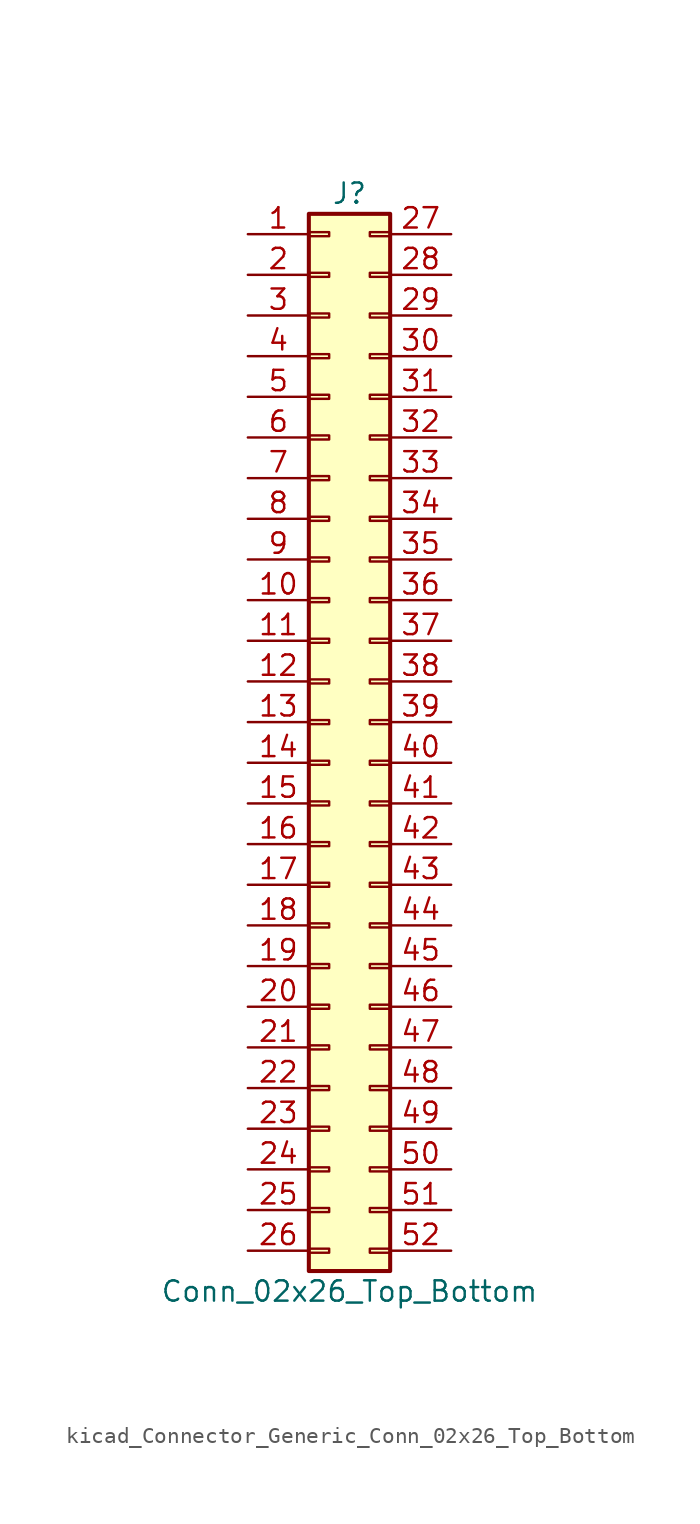
<source format=kicad_sym>
(kicad_symbol_lib
  (version 20220914)
  (generator kicad_symbol_editor)
  (symbol "kicad_Connector_Generic_Conn_02x26_Top_Bottom"
    (pin_names
      (offset 1.016) hide)
    (property "Reference" "J"
      (at 1.27 33.02 0)
      (effects (font (size 1.27 1.27))))
    (property "Value" "Conn_02x26_Top_Bottom"
      (at 1.27 -35.56 0)
      (effects (font (size 1.27 1.27))))
    (symbol "kicad_Connector_Generic_Conn_02x26_Top_Bottom_1_1"
      (rectangle (start -1.27 -32.893) (end 0 -33.147) (stroke (width 0.152) (type default)) (fill (type none)))
      (rectangle (start -1.27 -30.353) (end 0 -30.607) (stroke (width 0.152) (type default)) (fill (type none)))
      (rectangle (start -1.27 -27.813) (end 0 -28.067) (stroke (width 0.152) (type default)) (fill (type none)))
      (rectangle (start -1.27 -25.273) (end 0 -25.527) (stroke (width 0.152) (type default)) (fill (type none)))
      (rectangle (start -1.27 -22.733) (end 0 -22.987) (stroke (width 0.152) (type default)) (fill (type none)))
      (rectangle (start -1.27 -20.193) (end 0 -20.447) (stroke (width 0.152) (type default)) (fill (type none)))
      (rectangle (start -1.27 -17.653) (end 0 -17.907) (stroke (width 0.152) (type default)) (fill (type none)))
      (rectangle (start -1.27 -15.113) (end 0 -15.367) (stroke (width 0.152) (type default)) (fill (type none)))
      (rectangle (start -1.27 -12.573) (end 0 -12.827) (stroke (width 0.152) (type default)) (fill (type none)))
      (rectangle (start -1.27 -10.033) (end 0 -10.287) (stroke (width 0.152) (type default)) (fill (type none)))
      (rectangle (start -1.27 -7.493) (end 0 -7.747) (stroke (width 0.152) (type default)) (fill (type none)))
      (rectangle (start -1.27 -4.953) (end 0 -5.207) (stroke (width 0.152) (type default)) (fill (type none)))
      (rectangle (start -1.27 -2.413) (end 0 -2.667) (stroke (width 0.152) (type default)) (fill (type none)))
      (rectangle (start -1.27 0.127) (end 0 -0.127) (stroke (width 0.152) (type default)) (fill (type none)))
      (rectangle (start -1.27 2.667) (end 0 2.413) (stroke (width 0.152) (type default)) (fill (type none)))
      (rectangle (start -1.27 5.207) (end 0 4.953) (stroke (width 0.152) (type default)) (fill (type none)))
      (rectangle (start -1.27 7.747) (end 0 7.493) (stroke (width 0.152) (type default)) (fill (type none)))
      (rectangle (start -1.27 10.287) (end 0 10.033) (stroke (width 0.152) (type default)) (fill (type none)))
      (rectangle (start -1.27 12.827) (end 0 12.573) (stroke (width 0.152) (type default)) (fill (type none)))
      (rectangle (start -1.27 15.367) (end 0 15.113) (stroke (width 0.152) (type default)) (fill (type none)))
      (rectangle (start -1.27 17.907) (end 0 17.653) (stroke (width 0.152) (type default)) (fill (type none)))
      (rectangle (start -1.27 20.447) (end 0 20.193) (stroke (width 0.152) (type default)) (fill (type none)))
      (rectangle (start -1.27 22.987) (end 0 22.733) (stroke (width 0.152) (type default)) (fill (type none)))
      (rectangle (start -1.27 25.527) (end 0 25.273) (stroke (width 0.152) (type default)) (fill (type none)))
      (rectangle (start -1.27 28.067) (end 0 27.813) (stroke (width 0.152) (type default)) (fill (type none)))
      (rectangle (start -1.27 30.607) (end 0 30.353) (stroke (width 0.152) (type default)) (fill (type none)))
      (rectangle (start -1.27 31.75) (end 3.81 -34.29) (stroke (width 0.254) (type default)) (fill (type background)))
      (rectangle (start 3.81 -32.893) (end 2.54 -33.147) (stroke (width 0.152) (type default)) (fill (type none)))
      (rectangle (start 3.81 -30.353) (end 2.54 -30.607) (stroke (width 0.152) (type default)) (fill (type none)))
      (rectangle (start 3.81 -27.813) (end 2.54 -28.067) (stroke (width 0.152) (type default)) (fill (type none)))
      (rectangle (start 3.81 -25.273) (end 2.54 -25.527) (stroke (width 0.152) (type default)) (fill (type none)))
      (rectangle (start 3.81 -22.733) (end 2.54 -22.987) (stroke (width 0.152) (type default)) (fill (type none)))
      (rectangle (start 3.81 -20.193) (end 2.54 -20.447) (stroke (width 0.152) (type default)) (fill (type none)))
      (rectangle (start 3.81 -17.653) (end 2.54 -17.907) (stroke (width 0.152) (type default)) (fill (type none)))
      (rectangle (start 3.81 -15.113) (end 2.54 -15.367) (stroke (width 0.152) (type default)) (fill (type none)))
      (rectangle (start 3.81 -12.573) (end 2.54 -12.827) (stroke (width 0.152) (type default)) (fill (type none)))
      (rectangle (start 3.81 -10.033) (end 2.54 -10.287) (stroke (width 0.152) (type default)) (fill (type none)))
      (rectangle (start 3.81 -7.493) (end 2.54 -7.747) (stroke (width 0.152) (type default)) (fill (type none)))
      (rectangle (start 3.81 -4.953) (end 2.54 -5.207) (stroke (width 0.152) (type default)) (fill (type none)))
      (rectangle (start 3.81 -2.413) (end 2.54 -2.667) (stroke (width 0.152) (type default)) (fill (type none)))
      (rectangle (start 3.81 0.127) (end 2.54 -0.127) (stroke (width 0.152) (type default)) (fill (type none)))
      (rectangle (start 3.81 2.667) (end 2.54 2.413) (stroke (width 0.152) (type default)) (fill (type none)))
      (rectangle (start 3.81 5.207) (end 2.54 4.953) (stroke (width 0.152) (type default)) (fill (type none)))
      (rectangle (start 3.81 7.747) (end 2.54 7.493) (stroke (width 0.152) (type default)) (fill (type none)))
      (rectangle (start 3.81 10.287) (end 2.54 10.033) (stroke (width 0.152) (type default)) (fill (type none)))
      (rectangle (start 3.81 12.827) (end 2.54 12.573) (stroke (width 0.152) (type default)) (fill (type none)))
      (rectangle (start 3.81 15.367) (end 2.54 15.113) (stroke (width 0.152) (type default)) (fill (type none)))
      (rectangle (start 3.81 17.907) (end 2.54 17.653) (stroke (width 0.152) (type default)) (fill (type none)))
      (rectangle (start 3.81 20.447) (end 2.54 20.193) (stroke (width 0.152) (type default)) (fill (type none)))
      (rectangle (start 3.81 22.987) (end 2.54 22.733) (stroke (width 0.152) (type default)) (fill (type none)))
      (rectangle (start 3.81 25.527) (end 2.54 25.273) (stroke (width 0.152) (type default)) (fill (type none)))
      (rectangle (start 3.81 28.067) (end 2.54 27.813) (stroke (width 0.152) (type default)) (fill (type none)))
      (rectangle (start 3.81 30.607) (end 2.54 30.353) (stroke (width 0.152) (type default)) (fill (type none)))
      (pin passive line (at -5.08 30.48 0) (length 3.81) (name "Pin_1" (effects (font (size 1.27 1.27)))) (number "1" (effects (font (size 1.27 1.27)))))
      (pin passive line (at -5.08 7.62 0) (length 3.81) (name "Pin_10" (effects (font (size 1.27 1.27)))) (number "10" (effects (font (size 1.27 1.27)))))
      (pin passive line (at -5.08 5.08 0) (length 3.81) (name "Pin_11" (effects (font (size 1.27 1.27)))) (number "11" (effects (font (size 1.27 1.27)))))
      (pin passive line (at -5.08 2.54 0) (length 3.81) (name "Pin_12" (effects (font (size 1.27 1.27)))) (number "12" (effects (font (size 1.27 1.27)))))
      (pin passive line (at -5.08 0 0) (length 3.81) (name "Pin_13" (effects (font (size 1.27 1.27)))) (number "13" (effects (font (size 1.27 1.27)))))
      (pin passive line (at -5.08 -2.54 0) (length 3.81) (name "Pin_14" (effects (font (size 1.27 1.27)))) (number "14" (effects (font (size 1.27 1.27)))))
      (pin passive line (at -5.08 -5.08 0) (length 3.81) (name "Pin_15" (effects (font (size 1.27 1.27)))) (number "15" (effects (font (size 1.27 1.27)))))
      (pin passive line (at -5.08 -7.62 0) (length 3.81) (name "Pin_16" (effects (font (size 1.27 1.27)))) (number "16" (effects (font (size 1.27 1.27)))))
      (pin passive line (at -5.08 -10.16 0) (length 3.81) (name "Pin_17" (effects (font (size 1.27 1.27)))) (number "17" (effects (font (size 1.27 1.27)))))
      (pin passive line (at -5.08 -12.7 0) (length 3.81) (name "Pin_18" (effects (font (size 1.27 1.27)))) (number "18" (effects (font (size 1.27 1.27)))))
      (pin passive line (at -5.08 -15.24 0) (length 3.81) (name "Pin_19" (effects (font (size 1.27 1.27)))) (number "19" (effects (font (size 1.27 1.27)))))
      (pin passive line (at -5.08 27.94 0) (length 3.81) (name "Pin_2" (effects (font (size 1.27 1.27)))) (number "2" (effects (font (size 1.27 1.27)))))
      (pin passive line (at -5.08 -17.78 0) (length 3.81) (name "Pin_20" (effects (font (size 1.27 1.27)))) (number "20" (effects (font (size 1.27 1.27)))))
      (pin passive line (at -5.08 -20.32 0) (length 3.81) (name "Pin_21" (effects (font (size 1.27 1.27)))) (number "21" (effects (font (size 1.27 1.27)))))
      (pin passive line (at -5.08 -22.86 0) (length 3.81) (name "Pin_22" (effects (font (size 1.27 1.27)))) (number "22" (effects (font (size 1.27 1.27)))))
      (pin passive line (at -5.08 -25.4 0) (length 3.81) (name "Pin_23" (effects (font (size 1.27 1.27)))) (number "23" (effects (font (size 1.27 1.27)))))
      (pin passive line (at -5.08 -27.94 0) (length 3.81) (name "Pin_24" (effects (font (size 1.27 1.27)))) (number "24" (effects (font (size 1.27 1.27)))))
      (pin passive line (at -5.08 -30.48 0) (length 3.81) (name "Pin_25" (effects (font (size 1.27 1.27)))) (number "25" (effects (font (size 1.27 1.27)))))
      (pin passive line (at -5.08 -33.02 0) (length 3.81) (name "Pin_26" (effects (font (size 1.27 1.27)))) (number "26" (effects (font (size 1.27 1.27)))))
      (pin passive line (at 7.62 30.48 180) (length 3.81) (name "Pin_27" (effects (font (size 1.27 1.27)))) (number "27" (effects (font (size 1.27 1.27)))))
      (pin passive line (at 7.62 27.94 180) (length 3.81) (name "Pin_28" (effects (font (size 1.27 1.27)))) (number "28" (effects (font (size 1.27 1.27)))))
      (pin passive line (at 7.62 25.4 180) (length 3.81) (name "Pin_29" (effects (font (size 1.27 1.27)))) (number "29" (effects (font (size 1.27 1.27)))))
      (pin passive line (at -5.08 25.4 0) (length 3.81) (name "Pin_3" (effects (font (size 1.27 1.27)))) (number "3" (effects (font (size 1.27 1.27)))))
      (pin passive line (at 7.62 22.86 180) (length 3.81) (name "Pin_30" (effects (font (size 1.27 1.27)))) (number "30" (effects (font (size 1.27 1.27)))))
      (pin passive line (at 7.62 20.32 180) (length 3.81) (name "Pin_31" (effects (font (size 1.27 1.27)))) (number "31" (effects (font (size 1.27 1.27)))))
      (pin passive line (at 7.62 17.78 180) (length 3.81) (name "Pin_32" (effects (font (size 1.27 1.27)))) (number "32" (effects (font (size 1.27 1.27)))))
      (pin passive line (at 7.62 15.24 180) (length 3.81) (name "Pin_33" (effects (font (size 1.27 1.27)))) (number "33" (effects (font (size 1.27 1.27)))))
      (pin passive line (at 7.62 12.7 180) (length 3.81) (name "Pin_34" (effects (font (size 1.27 1.27)))) (number "34" (effects (font (size 1.27 1.27)))))
      (pin passive line (at 7.62 10.16 180) (length 3.81) (name "Pin_35" (effects (font (size 1.27 1.27)))) (number "35" (effects (font (size 1.27 1.27)))))
      (pin passive line (at 7.62 7.62 180) (length 3.81) (name "Pin_36" (effects (font (size 1.27 1.27)))) (number "36" (effects (font (size 1.27 1.27)))))
      (pin passive line (at 7.62 5.08 180) (length 3.81) (name "Pin_37" (effects (font (size 1.27 1.27)))) (number "37" (effects (font (size 1.27 1.27)))))
      (pin passive line (at 7.62 2.54 180) (length 3.81) (name "Pin_38" (effects (font (size 1.27 1.27)))) (number "38" (effects (font (size 1.27 1.27)))))
      (pin passive line (at 7.62 0 180) (length 3.81) (name "Pin_39" (effects (font (size 1.27 1.27)))) (number "39" (effects (font (size 1.27 1.27)))))
      (pin passive line (at -5.08 22.86 0) (length 3.81) (name "Pin_4" (effects (font (size 1.27 1.27)))) (number "4" (effects (font (size 1.27 1.27)))))
      (pin passive line (at 7.62 -2.54 180) (length 3.81) (name "Pin_40" (effects (font (size 1.27 1.27)))) (number "40" (effects (font (size 1.27 1.27)))))
      (pin passive line (at 7.62 -5.08 180) (length 3.81) (name "Pin_41" (effects (font (size 1.27 1.27)))) (number "41" (effects (font (size 1.27 1.27)))))
      (pin passive line (at 7.62 -7.62 180) (length 3.81) (name "Pin_42" (effects (font (size 1.27 1.27)))) (number "42" (effects (font (size 1.27 1.27)))))
      (pin passive line (at 7.62 -10.16 180) (length 3.81) (name "Pin_43" (effects (font (size 1.27 1.27)))) (number "43" (effects (font (size 1.27 1.27)))))
      (pin passive line (at 7.62 -12.7 180) (length 3.81) (name "Pin_44" (effects (font (size 1.27 1.27)))) (number "44" (effects (font (size 1.27 1.27)))))
      (pin passive line (at 7.62 -15.24 180) (length 3.81) (name "Pin_45" (effects (font (size 1.27 1.27)))) (number "45" (effects (font (size 1.27 1.27)))))
      (pin passive line (at 7.62 -17.78 180) (length 3.81) (name "Pin_46" (effects (font (size 1.27 1.27)))) (number "46" (effects (font (size 1.27 1.27)))))
      (pin passive line (at 7.62 -20.32 180) (length 3.81) (name "Pin_47" (effects (font (size 1.27 1.27)))) (number "47" (effects (font (size 1.27 1.27)))))
      (pin passive line (at 7.62 -22.86 180) (length 3.81) (name "Pin_48" (effects (font (size 1.27 1.27)))) (number "48" (effects (font (size 1.27 1.27)))))
      (pin passive line (at 7.62 -25.4 180) (length 3.81) (name "Pin_49" (effects (font (size 1.27 1.27)))) (number "49" (effects (font (size 1.27 1.27)))))
      (pin passive line (at -5.08 20.32 0) (length 3.81) (name "Pin_5" (effects (font (size 1.27 1.27)))) (number "5" (effects (font (size 1.27 1.27)))))
      (pin passive line (at 7.62 -27.94 180) (length 3.81) (name "Pin_50" (effects (font (size 1.27 1.27)))) (number "50" (effects (font (size 1.27 1.27)))))
      (pin passive line (at 7.62 -30.48 180) (length 3.81) (name "Pin_51" (effects (font (size 1.27 1.27)))) (number "51" (effects (font (size 1.27 1.27)))))
      (pin passive line (at 7.62 -33.02 180) (length 3.81) (name "Pin_52" (effects (font (size 1.27 1.27)))) (number "52" (effects (font (size 1.27 1.27)))))
      (pin passive line (at -5.08 17.78 0) (length 3.81) (name "Pin_6" (effects (font (size 1.27 1.27)))) (number "6" (effects (font (size 1.27 1.27)))))
      (pin passive line (at -5.08 15.24 0) (length 3.81) (name "Pin_7" (effects (font (size 1.27 1.27)))) (number "7" (effects (font (size 1.27 1.27)))))
      (pin passive line (at -5.08 12.7 0) (length 3.81) (name "Pin_8" (effects (font (size 1.27 1.27)))) (number "8" (effects (font (size 1.27 1.27)))))
      (pin passive line (at -5.08 10.16 0) (length 3.81) (name "Pin_9" (effects (font (size 1.27 1.27)))) (number "9" (effects (font (size 1.27 1.27))))))))
</source>
